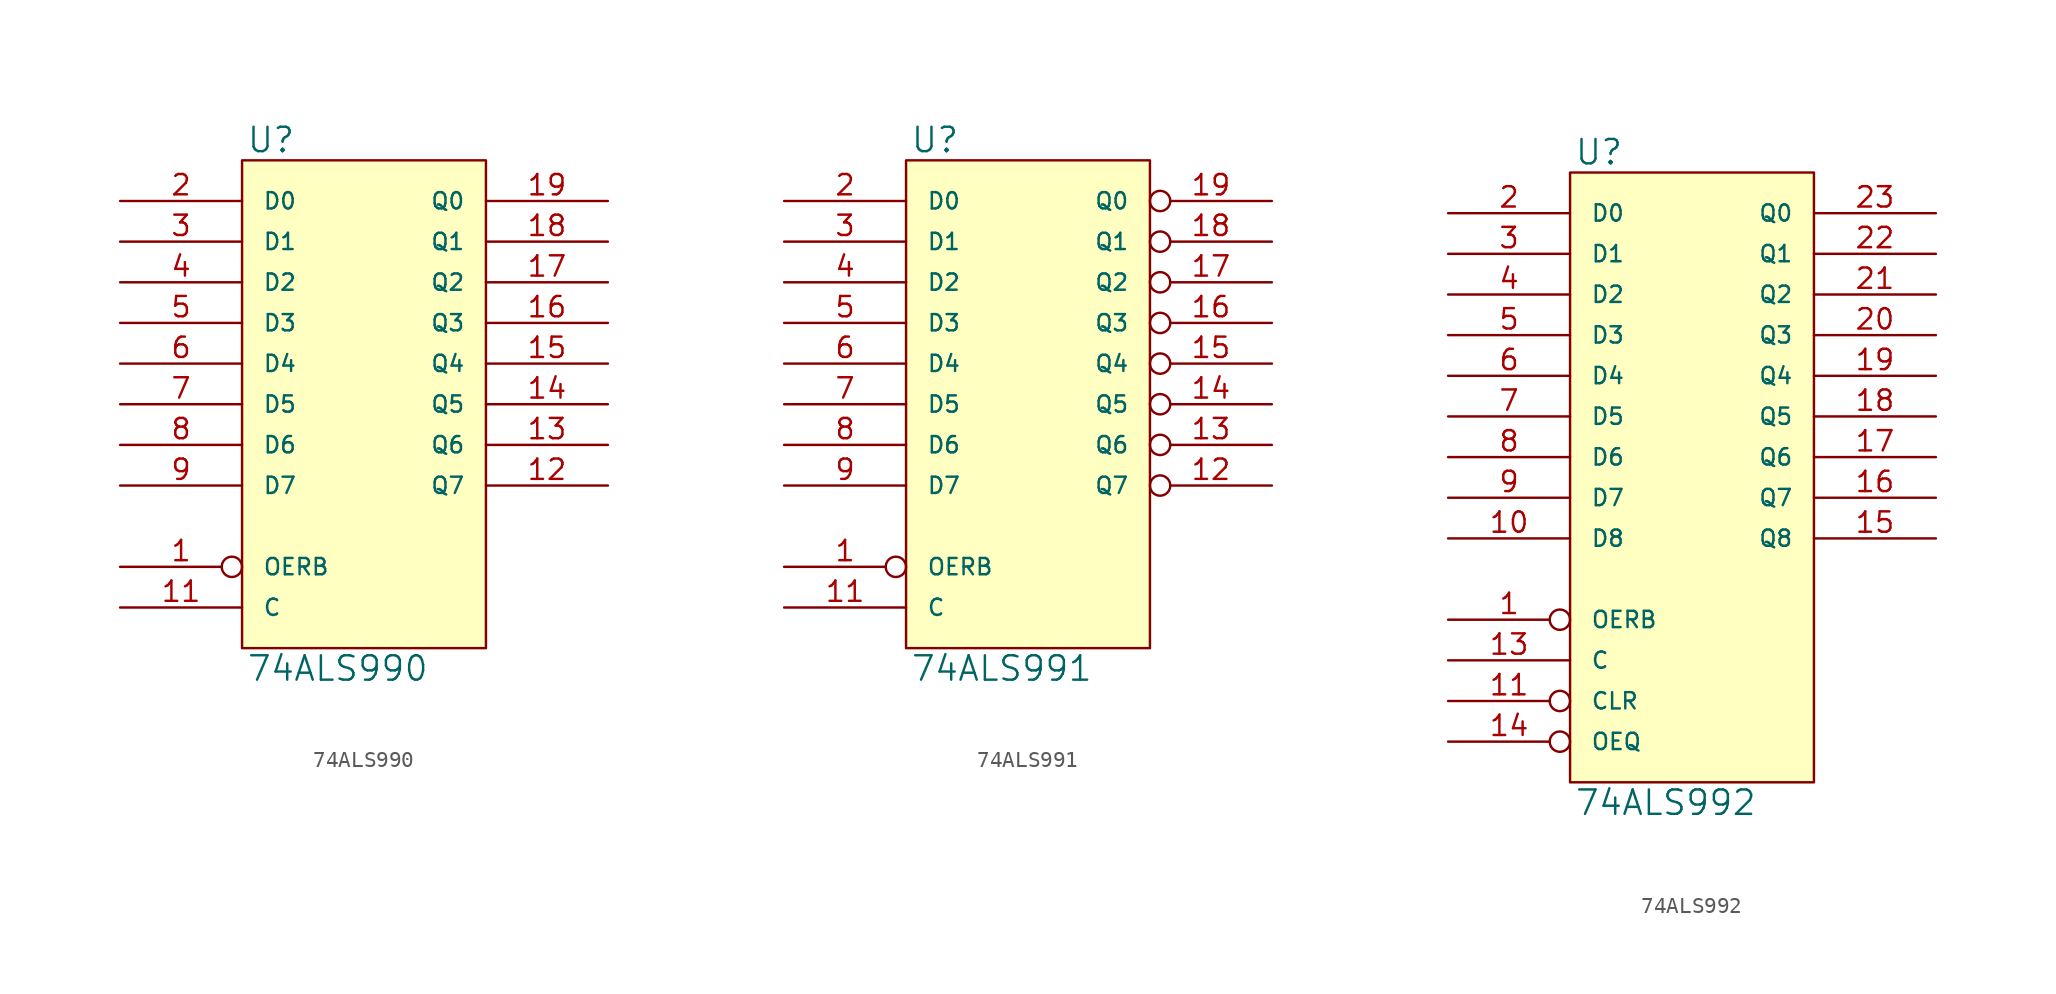
<source format=kicad_sym>
(kicad_symbol_lib
  (version 20231120)
  (generator "kicad_symbol_editor")
  (generator_version "8.0")
  (symbol "74ALS990"
    (pin_names
      (offset 1.27))
    (property "Reference" "U"
      (at 0.254 0.381 0)
      (effects (font (size 1.524 1.524)) (justify left bottom)))
    (property "Value" "74ALS990"
      (at 0.254 -30.861 0)
      (effects (font (size 1.524 1.524)) (justify left top)))
    (symbol "74ALS990_0_1"
      (rectangle (start 0 0) (end 15.24 -30.48) (stroke (width 0) (type solid)) (fill (type background))))
    (symbol "74ALS990_1_1"
      (pin input inverted (at -7.62 -25.4 0) (length 7.62) (name "OERB" (effects (font (size 1.016 1.016)))) (number "1" (effects (font (size 1.27 1.27)))))
      (pin power_in line (at 0 -30.48 90) (length 0) hide (name "GND" (effects (font (size 1.016 1.016)))) (number "10" (effects (font (size 1.27 1.27)))))
      (pin input line (at -7.62 -27.94 0) (length 7.62) (name "C" (effects (font (size 1.016 1.016)))) (number "11" (effects (font (size 1.27 1.27)))))
      (pin output line (at 22.86 -20.32 180) (length 7.62) (name "Q7" (effects (font (size 1.016 1.016)))) (number "12" (effects (font (size 1.27 1.27)))))
      (pin output line (at 22.86 -17.78 180) (length 7.62) (name "Q6" (effects (font (size 1.016 1.016)))) (number "13" (effects (font (size 1.27 1.27)))))
      (pin output line (at 22.86 -15.24 180) (length 7.62) (name "Q5" (effects (font (size 1.016 1.016)))) (number "14" (effects (font (size 1.27 1.27)))))
      (pin output line (at 22.86 -12.7 180) (length 7.62) (name "Q4" (effects (font (size 1.016 1.016)))) (number "15" (effects (font (size 1.27 1.27)))))
      (pin output line (at 22.86 -10.16 180) (length 7.62) (name "Q3" (effects (font (size 1.016 1.016)))) (number "16" (effects (font (size 1.27 1.27)))))
      (pin output line (at 22.86 -7.62 180) (length 7.62) (name "Q2" (effects (font (size 1.016 1.016)))) (number "17" (effects (font (size 1.27 1.27)))))
      (pin output line (at 22.86 -5.08 180) (length 7.62) (name "Q1" (effects (font (size 1.016 1.016)))) (number "18" (effects (font (size 1.27 1.27)))))
      (pin output line (at 22.86 -2.54 180) (length 7.62) (name "Q0" (effects (font (size 1.016 1.016)))) (number "19" (effects (font (size 1.27 1.27)))))
      (pin input line (at -7.62 -2.54 0) (length 7.62) (name "D0" (effects (font (size 1.016 1.016)))) (number "2" (effects (font (size 1.27 1.27)))))
      (pin power_in line (at 0 0 270) (length 0) hide (name "VCC" (effects (font (size 1.016 1.016)))) (number "20" (effects (font (size 1.27 1.27)))))
      (pin input line (at -7.62 -5.08 0) (length 7.62) (name "D1" (effects (font (size 1.016 1.016)))) (number "3" (effects (font (size 1.27 1.27)))))
      (pin input line (at -7.62 -7.62 0) (length 7.62) (name "D2" (effects (font (size 1.016 1.016)))) (number "4" (effects (font (size 1.27 1.27)))))
      (pin input line (at -7.62 -10.16 0) (length 7.62) (name "D3" (effects (font (size 1.016 1.016)))) (number "5" (effects (font (size 1.27 1.27)))))
      (pin input line (at -7.62 -12.7 0) (length 7.62) (name "D4" (effects (font (size 1.016 1.016)))) (number "6" (effects (font (size 1.27 1.27)))))
      (pin input line (at -7.62 -15.24 0) (length 7.62) (name "D5" (effects (font (size 1.016 1.016)))) (number "7" (effects (font (size 1.27 1.27)))))
      (pin input line (at -7.62 -17.78 0) (length 7.62) (name "D6" (effects (font (size 1.016 1.016)))) (number "8" (effects (font (size 1.27 1.27)))))
      (pin input line (at -7.62 -20.32 0) (length 7.62) (name "D7" (effects (font (size 1.016 1.016)))) (number "9" (effects (font (size 1.27 1.27)))))))
  (symbol "74ALS991"
    (pin_names
      (offset 1.27))
    (property "Reference" "U"
      (at 0.254 0.381 0)
      (effects (font (size 1.524 1.524)) (justify left bottom)))
    (property "Value" "74ALS991"
      (at 0.254 -30.861 0)
      (effects (font (size 1.524 1.524)) (justify left top)))
    (symbol "74ALS991_0_1"
      (rectangle (start 0 0) (end 15.24 -30.48) (stroke (width 0) (type solid)) (fill (type background))))
    (symbol "74ALS991_1_1"
      (pin input inverted (at -7.62 -25.4 0) (length 7.62) (name "OERB" (effects (font (size 1.016 1.016)))) (number "1" (effects (font (size 1.27 1.27)))))
      (pin power_in line (at 0 -30.48 90) (length 0) hide (name "GND" (effects (font (size 1.016 1.016)))) (number "10" (effects (font (size 1.27 1.27)))))
      (pin input line (at -7.62 -27.94 0) (length 7.62) (name "C" (effects (font (size 1.016 1.016)))) (number "11" (effects (font (size 1.27 1.27)))))
      (pin output inverted (at 22.86 -20.32 180) (length 7.62) (name "Q7" (effects (font (size 1.016 1.016)))) (number "12" (effects (font (size 1.27 1.27)))))
      (pin output inverted (at 22.86 -17.78 180) (length 7.62) (name "Q6" (effects (font (size 1.016 1.016)))) (number "13" (effects (font (size 1.27 1.27)))))
      (pin output inverted (at 22.86 -15.24 180) (length 7.62) (name "Q5" (effects (font (size 1.016 1.016)))) (number "14" (effects (font (size 1.27 1.27)))))
      (pin output inverted (at 22.86 -12.7 180) (length 7.62) (name "Q4" (effects (font (size 1.016 1.016)))) (number "15" (effects (font (size 1.27 1.27)))))
      (pin output inverted (at 22.86 -10.16 180) (length 7.62) (name "Q3" (effects (font (size 1.016 1.016)))) (number "16" (effects (font (size 1.27 1.27)))))
      (pin output inverted (at 22.86 -7.62 180) (length 7.62) (name "Q2" (effects (font (size 1.016 1.016)))) (number "17" (effects (font (size 1.27 1.27)))))
      (pin output inverted (at 22.86 -5.08 180) (length 7.62) (name "Q1" (effects (font (size 1.016 1.016)))) (number "18" (effects (font (size 1.27 1.27)))))
      (pin output inverted (at 22.86 -2.54 180) (length 7.62) (name "Q0" (effects (font (size 1.016 1.016)))) (number "19" (effects (font (size 1.27 1.27)))))
      (pin input line (at -7.62 -2.54 0) (length 7.62) (name "D0" (effects (font (size 1.016 1.016)))) (number "2" (effects (font (size 1.27 1.27)))))
      (pin power_in line (at 0 0 270) (length 0) hide (name "VCC" (effects (font (size 1.016 1.016)))) (number "20" (effects (font (size 1.27 1.27)))))
      (pin input line (at -7.62 -5.08 0) (length 7.62) (name "D1" (effects (font (size 1.016 1.016)))) (number "3" (effects (font (size 1.27 1.27)))))
      (pin input line (at -7.62 -7.62 0) (length 7.62) (name "D2" (effects (font (size 1.016 1.016)))) (number "4" (effects (font (size 1.27 1.27)))))
      (pin input line (at -7.62 -10.16 0) (length 7.62) (name "D3" (effects (font (size 1.016 1.016)))) (number "5" (effects (font (size 1.27 1.27)))))
      (pin input line (at -7.62 -12.7 0) (length 7.62) (name "D4" (effects (font (size 1.016 1.016)))) (number "6" (effects (font (size 1.27 1.27)))))
      (pin input line (at -7.62 -15.24 0) (length 7.62) (name "D5" (effects (font (size 1.016 1.016)))) (number "7" (effects (font (size 1.27 1.27)))))
      (pin input line (at -7.62 -17.78 0) (length 7.62) (name "D6" (effects (font (size 1.016 1.016)))) (number "8" (effects (font (size 1.27 1.27)))))
      (pin input line (at -7.62 -20.32 0) (length 7.62) (name "D7" (effects (font (size 1.016 1.016)))) (number "9" (effects (font (size 1.27 1.27)))))))
  (symbol "74ALS992"
    (pin_names
      (offset 1.27))
    (property "Reference" "U"
      (at 0.254 0.381 0)
      (effects (font (size 1.524 1.524)) (justify left bottom)))
    (property "Value" "74ALS992"
      (at 0.254 -38.481 0)
      (effects (font (size 1.524 1.524)) (justify left top)))
    (symbol "74ALS992_0_1"
      (rectangle (start 0 0) (end 15.24 -38.1) (stroke (width 0) (type solid)) (fill (type background))))
    (symbol "74ALS992_1_1"
      (pin input inverted (at -7.62 -27.94 0) (length 7.62) (name "OERB" (effects (font (size 1.016 1.016)))) (number "1" (effects (font (size 1.27 1.27)))))
      (pin input line (at -7.62 -22.86 0) (length 7.62) (name "D8" (effects (font (size 1.016 1.016)))) (number "10" (effects (font (size 1.27 1.27)))))
      (pin input inverted (at -7.62 -33.02 0) (length 7.62) (name "CLR" (effects (font (size 1.016 1.016)))) (number "11" (effects (font (size 1.27 1.27)))))
      (pin power_in line (at 0 -38.1 90) (length 0) hide (name "GND" (effects (font (size 1.016 1.016)))) (number "12" (effects (font (size 1.27 1.27)))))
      (pin input line (at -7.62 -30.48 0) (length 7.62) (name "C" (effects (font (size 1.016 1.016)))) (number "13" (effects (font (size 1.27 1.27)))))
      (pin input inverted (at -7.62 -35.56 0) (length 7.62) (name "OEQ" (effects (font (size 1.016 1.016)))) (number "14" (effects (font (size 1.27 1.27)))))
      (pin tri_state line (at 22.86 -22.86 180) (length 7.62) (name "Q8" (effects (font (size 1.016 1.016)))) (number "15" (effects (font (size 1.27 1.27)))))
      (pin tri_state line (at 22.86 -20.32 180) (length 7.62) (name "Q7" (effects (font (size 1.016 1.016)))) (number "16" (effects (font (size 1.27 1.27)))))
      (pin tri_state line (at 22.86 -17.78 180) (length 7.62) (name "Q6" (effects (font (size 1.016 1.016)))) (number "17" (effects (font (size 1.27 1.27)))))
      (pin tri_state line (at 22.86 -15.24 180) (length 7.62) (name "Q5" (effects (font (size 1.016 1.016)))) (number "18" (effects (font (size 1.27 1.27)))))
      (pin tri_state line (at 22.86 -12.7 180) (length 7.62) (name "Q4" (effects (font (size 1.016 1.016)))) (number "19" (effects (font (size 1.27 1.27)))))
      (pin input line (at -7.62 -2.54 0) (length 7.62) (name "D0" (effects (font (size 1.016 1.016)))) (number "2" (effects (font (size 1.27 1.27)))))
      (pin tri_state line (at 22.86 -10.16 180) (length 7.62) (name "Q3" (effects (font (size 1.016 1.016)))) (number "20" (effects (font (size 1.27 1.27)))))
      (pin tri_state line (at 22.86 -7.62 180) (length 7.62) (name "Q2" (effects (font (size 1.016 1.016)))) (number "21" (effects (font (size 1.27 1.27)))))
      (pin tri_state line (at 22.86 -5.08 180) (length 7.62) (name "Q1" (effects (font (size 1.016 1.016)))) (number "22" (effects (font (size 1.27 1.27)))))
      (pin tri_state line (at 22.86 -2.54 180) (length 7.62) (name "Q0" (effects (font (size 1.016 1.016)))) (number "23" (effects (font (size 1.27 1.27)))))
      (pin power_in line (at 0 0 270) (length 0) hide (name "VCC" (effects (font (size 1.016 1.016)))) (number "24" (effects (font (size 1.27 1.27)))))
      (pin input line (at -7.62 -5.08 0) (length 7.62) (name "D1" (effects (font (size 1.016 1.016)))) (number "3" (effects (font (size 1.27 1.27)))))
      (pin input line (at -7.62 -7.62 0) (length 7.62) (name "D2" (effects (font (size 1.016 1.016)))) (number "4" (effects (font (size 1.27 1.27)))))
      (pin input line (at -7.62 -10.16 0) (length 7.62) (name "D3" (effects (font (size 1.016 1.016)))) (number "5" (effects (font (size 1.27 1.27)))))
      (pin input line (at -7.62 -12.7 0) (length 7.62) (name "D4" (effects (font (size 1.016 1.016)))) (number "6" (effects (font (size 1.27 1.27)))))
      (pin input line (at -7.62 -15.24 0) (length 7.62) (name "D5" (effects (font (size 1.016 1.016)))) (number "7" (effects (font (size 1.27 1.27)))))
      (pin input line (at -7.62 -17.78 0) (length 7.62) (name "D6" (effects (font (size 1.016 1.016)))) (number "8" (effects (font (size 1.27 1.27)))))
      (pin input line (at -7.62 -20.32 0) (length 7.62) (name "D7" (effects (font (size 1.016 1.016)))) (number "9" (effects (font (size 1.27 1.27))))))))
</source>
